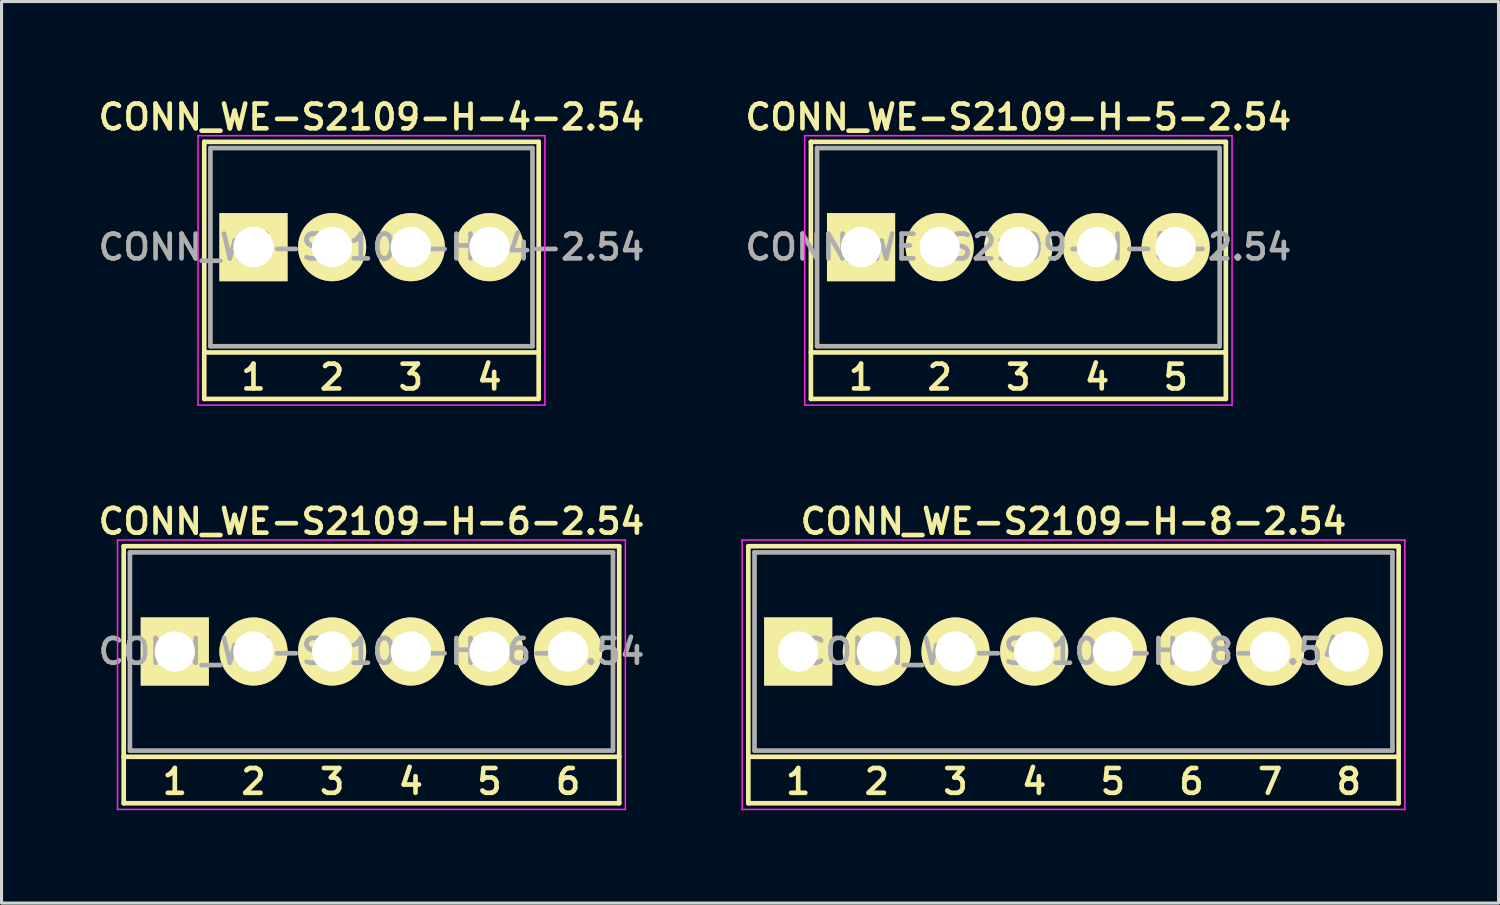
<source format=kicad_pcb>
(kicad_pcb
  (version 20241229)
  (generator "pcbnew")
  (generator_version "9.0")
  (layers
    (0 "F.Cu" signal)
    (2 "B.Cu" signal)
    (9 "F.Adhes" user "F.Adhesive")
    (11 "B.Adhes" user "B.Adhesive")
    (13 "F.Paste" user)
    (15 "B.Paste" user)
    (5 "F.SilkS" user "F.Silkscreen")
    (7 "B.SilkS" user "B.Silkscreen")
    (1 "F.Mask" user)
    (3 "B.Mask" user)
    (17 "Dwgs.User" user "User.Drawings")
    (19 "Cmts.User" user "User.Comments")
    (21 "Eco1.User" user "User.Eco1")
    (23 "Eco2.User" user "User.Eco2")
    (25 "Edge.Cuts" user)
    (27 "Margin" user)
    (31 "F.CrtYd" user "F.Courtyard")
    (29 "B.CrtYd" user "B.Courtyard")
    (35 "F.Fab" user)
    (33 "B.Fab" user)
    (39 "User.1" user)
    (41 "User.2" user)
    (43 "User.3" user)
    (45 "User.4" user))
  (footprint "CONN_WE-S2109-H-4-2.54"
    (layer "F.Cu")
    (at 8.945 4.931)
    (property "Reference" "CONN_WE-S2109-H-4-2.54" (at 0 -4.2 0) (layer "F.SilkS") (effects (font (size 0.8 0.8) (thickness 0.15))))
    (attr through_hole)
    (fp_line (start -5.4 -3.4) (end 5.4 -3.4) (stroke (width 0.15) (type solid)) (layer "F.SilkS"))
    (fp_line (start -5.4 4.9) (end -5.4 -3.4) (stroke (width 0.15) (type solid)) (layer "F.SilkS"))
    (fp_line (start -5.4 4.9) (end 5.4 4.9) (stroke (width 0.15) (type solid)) (layer "F.SilkS"))
    (fp_line (start 5.4 -3.4) (end 5.4 4.9) (stroke (width 0.15) (type solid)) (layer "F.SilkS"))
    (fp_line (start 5.4 3.4) (end -5.4 3.4) (stroke (width 0.15) (type solid)) (layer "F.SilkS"))
    (fp_line (start -5.6 -3.6) (end 5.6 -3.6) (stroke (width 0.05) (type solid)) (layer "F.CrtYd"))
    (fp_line (start -5.6 5.1) (end -5.6 -3.6) (stroke (width 0.05) (type solid)) (layer "F.CrtYd"))
    (fp_line (start 5.6 -3.6) (end 5.6 5.1) (stroke (width 0.05) (type solid)) (layer "F.CrtYd"))
    (fp_line (start 5.6 5.1) (end -5.6 5.1) (stroke (width 0.05) (type solid)) (layer "F.CrtYd"))
    (fp_line (start -5.2 -3.2) (end -5.2 3.2) (stroke (width 0.15) (type solid)) (layer "F.Fab"))
    (fp_line (start -5.2 -3.2) (end 5.2 -3.2) (stroke (width 0.15) (type solid)) (layer "F.Fab"))
    (fp_line (start 5.2 3.2) (end -5.2 3.2) (stroke (width 0.15) (type solid)) (layer "F.Fab"))
    (fp_line (start 5.2 3.2) (end 5.2 -3.2) (stroke (width 0.15) (type solid)) (layer "F.Fab"))
    (fp_text user "4" (at 3.81 4.2 0) (layer "F.SilkS") (effects (font (size 0.8 0.8) (thickness 0.15))))
    (fp_text user "1" (at -3.81 4.2 0) (layer "F.SilkS") (effects (font (size 0.8 0.8) (thickness 0.15))))
    (fp_text user "3" (at 1.27 4.2 0) (layer "F.SilkS") (effects (font (size 0.8 0.8) (thickness 0.15))))
    (fp_text user "2" (at -1.27 4.2 0) (layer "F.SilkS") (effects (font (size 0.8 0.8) (thickness 0.15))))
    (fp_text user "${REFERENCE}" (at 0 0 0) (layer "F.Fab") (effects (font (size 0.8 0.8) (thickness 0.15))))
    (pad "1" thru_hole rect (at -3.81 0 180) (size 2.2 2.2) (drill 1.3) (layers "*.Cu" "*.Mask" "F.SilkS"))
    (pad "2" thru_hole circle (at -1.27 0 180) (size 2.2 2.2) (drill 1.3) (layers "*.Cu" "*.Mask" "F.SilkS"))
    (pad "3" thru_hole circle (at 1.27 0 180) (size 2.2 2.2) (drill 1.3) (layers "*.Cu" "*.Mask" "F.SilkS"))
    (pad "4" thru_hole circle (at 3.81 0 180) (size 2.2 2.2) (drill 1.3) (layers "*.Cu" "*.Mask" "F.SilkS")))
  (footprint "CONN_WE-S2109-H-6-2.54"
    (layer "F.Cu")
    (at 8.945 17.988)
    (property "Reference" "CONN_WE-S2109-H-6-2.54" (at 0 -4.2 0) (layer "F.SilkS") (effects (font (size 0.8 0.8) (thickness 0.15))))
    (attr through_hole)
    (fp_line (start -8 -3.4) (end 8 -3.4) (stroke (width 0.15) (type solid)) (layer "F.SilkS"))
    (fp_line (start -8 4.9) (end -8 -3.4) (stroke (width 0.15) (type solid)) (layer "F.SilkS"))
    (fp_line (start -8 4.9) (end 8 4.9) (stroke (width 0.15) (type solid)) (layer "F.SilkS"))
    (fp_line (start 8 -3.4) (end 8 4.9) (stroke (width 0.15) (type solid)) (layer "F.SilkS"))
    (fp_line (start 8 3.4) (end -8 3.4) (stroke (width 0.15) (type solid)) (layer "F.SilkS"))
    (fp_line (start -8.2 -3.6) (end 8.2 -3.6) (stroke (width 0.05) (type solid)) (layer "F.CrtYd"))
    (fp_line (start -8.2 5.1) (end -8.2 -3.6) (stroke (width 0.05) (type solid)) (layer "F.CrtYd"))
    (fp_line (start 8.2 -3.6) (end 8.2 5.1) (stroke (width 0.05) (type solid)) (layer "F.CrtYd"))
    (fp_line (start 8.2 5.1) (end -8.2 5.1) (stroke (width 0.05) (type solid)) (layer "F.CrtYd"))
    (fp_line (start -7.8 -3.2) (end -7.8 3.2) (stroke (width 0.15) (type solid)) (layer "F.Fab"))
    (fp_line (start -7.8 -3.2) (end 7.8 -3.2) (stroke (width 0.15) (type solid)) (layer "F.Fab"))
    (fp_line (start 7.8 3.2) (end -7.8 3.2) (stroke (width 0.15) (type solid)) (layer "F.Fab"))
    (fp_line (start 7.8 3.2) (end 7.8 -3.2) (stroke (width 0.15) (type solid)) (layer "F.Fab"))
    (fp_text user "5" (at 3.81 4.2 0) (layer "F.SilkS") (effects (font (size 0.8 0.8) (thickness 0.15))))
    (fp_text user "2" (at -3.81 4.2 0) (layer "F.SilkS") (effects (font (size 0.8 0.8) (thickness 0.15))))
    (fp_text user "3" (at -1.27 4.2 0) (layer "F.SilkS") (effects (font (size 0.8 0.8) (thickness 0.15))))
    (fp_text user "6" (at 6.35 4.2 0) (layer "F.SilkS") (effects (font (size 0.8 0.8) (thickness 0.15))))
    (fp_text user "1" (at -6.35 4.2 0) (layer "F.SilkS") (effects (font (size 0.8 0.8) (thickness 0.15))))
    (fp_text user "4" (at 1.27 4.2 0) (layer "F.SilkS") (effects (font (size 0.8 0.8) (thickness 0.15))))
    (fp_text user "${REFERENCE}" (at 0 0 0) (layer "F.Fab") (effects (font (size 0.8 0.8) (thickness 0.15))))
    (pad "1" thru_hole rect (at -6.35 0 180) (size 2.2 2.2) (drill 1.3) (layers "*.Cu" "*.Mask" "F.SilkS"))
    (pad "2" thru_hole circle (at -3.81 0 180) (size 2.2 2.2) (drill 1.3) (layers "*.Cu" "*.Mask" "F.SilkS"))
    (pad "3" thru_hole circle (at -1.27 0 180) (size 2.2 2.2) (drill 1.3) (layers "*.Cu" "*.Mask" "F.SilkS"))
    (pad "4" thru_hole circle (at 1.27 0 180) (size 2.2 2.2) (drill 1.3) (layers "*.Cu" "*.Mask" "F.SilkS"))
    (pad "5" thru_hole circle (at 3.81 0 180) (size 2.2 2.2) (drill 1.3) (layers "*.Cu" "*.Mask" "F.SilkS"))
    (pad "6" thru_hole circle (at 6.35 0 180) (size 2.2 2.2) (drill 1.3) (layers "*.Cu" "*.Mask" "F.SilkS")))
  (footprint "CONN_WE-S2109-H-8-2.54"
    (layer "F.Cu")
    (at 31.615 17.988)
    (property "Reference" "CONN_WE-S2109-H-8-2.54" (at 0 -4.2 0) (layer "F.SilkS") (effects (font (size 0.8 0.8) (thickness 0.15))))
    (attr through_hole)
    (fp_line (start -10.5 -3.4) (end 10.5 -3.4) (stroke (width 0.15) (type solid)) (layer "F.SilkS"))
    (fp_line (start -10.5 4.9) (end -10.5 -3.4) (stroke (width 0.15) (type solid)) (layer "F.SilkS"))
    (fp_line (start -10.5 4.9) (end 10.5 4.9) (stroke (width 0.15) (type solid)) (layer "F.SilkS"))
    (fp_line (start 10.5 -3.4) (end 10.5 4.9) (stroke (width 0.15) (type solid)) (layer "F.SilkS"))
    (fp_line (start 10.5 3.4) (end -10.5 3.4) (stroke (width 0.15) (type solid)) (layer "F.SilkS"))
    (fp_line (start -10.7 -3.6) (end 10.7 -3.6) (stroke (width 0.05) (type solid)) (layer "F.CrtYd"))
    (fp_line (start -10.7 5.1) (end -10.7 -3.6) (stroke (width 0.05) (type solid)) (layer "F.CrtYd"))
    (fp_line (start 10.7 -3.6) (end 10.7 5.1) (stroke (width 0.05) (type solid)) (layer "F.CrtYd"))
    (fp_line (start 10.7 5.1) (end -10.7 5.1) (stroke (width 0.05) (type solid)) (layer "F.CrtYd"))
    (fp_line (start -10.3 -3.2) (end -10.3 3.2) (stroke (width 0.15) (type solid)) (layer "F.Fab"))
    (fp_line (start -10.3 -3.2) (end 10.3 -3.2) (stroke (width 0.15) (type solid)) (layer "F.Fab"))
    (fp_line (start 10.3 3.2) (end -10.3 3.2) (stroke (width 0.15) (type solid)) (layer "F.Fab"))
    (fp_line (start 10.3 3.2) (end 10.3 -3.2) (stroke (width 0.15) (type solid)) (layer "F.Fab"))
    (fp_text user "6" (at 3.81 4.2 0) (layer "F.SilkS") (effects (font (size 0.8 0.8) (thickness 0.15))))
    (fp_text user "4" (at -1.27 4.2 0) (layer "F.SilkS") (effects (font (size 0.8 0.8) (thickness 0.15))))
    (fp_text user "1" (at -8.89 4.2 0) (layer "F.SilkS") (effects (font (size 0.8 0.8) (thickness 0.15))))
    (fp_text user "3" (at -3.81 4.2 0) (layer "F.SilkS") (effects (font (size 0.8 0.8) (thickness 0.15))))
    (fp_text user "8" (at 8.89 4.2 0) (layer "F.SilkS") (effects (font (size 0.8 0.8) (thickness 0.15))))
    (fp_text user "5" (at 1.27 4.2 0) (layer "F.SilkS") (effects (font (size 0.8 0.8) (thickness 0.15))))
    (fp_text user "2" (at -6.35 4.2 0) (layer "F.SilkS") (effects (font (size 0.8 0.8) (thickness 0.15))))
    (fp_text user "7" (at 6.35 4.2 0) (layer "F.SilkS") (effects (font (size 0.8 0.8) (thickness 0.15))))
    (fp_text user "${REFERENCE}" (at 0 0 0) (layer "F.Fab") (effects (font (size 0.8 0.8) (thickness 0.15))))
    (pad "1" thru_hole rect (at -8.89 0 180) (size 2.2 2.2) (drill 1.3) (layers "*.Cu" "*.Mask" "F.SilkS"))
    (pad "2" thru_hole circle (at -6.35 0 180) (size 2.2 2.2) (drill 1.3) (layers "*.Cu" "*.Mask" "F.SilkS"))
    (pad "3" thru_hole circle (at -3.81 0 180) (size 2.2 2.2) (drill 1.3) (layers "*.Cu" "*.Mask" "F.SilkS"))
    (pad "4" thru_hole circle (at -1.27 0 180) (size 2.2 2.2) (drill 1.3) (layers "*.Cu" "*.Mask" "F.SilkS"))
    (pad "5" thru_hole circle (at 1.27 0 180) (size 2.2 2.2) (drill 1.3) (layers "*.Cu" "*.Mask" "F.SilkS"))
    (pad "6" thru_hole circle (at 3.81 0 180) (size 2.2 2.2) (drill 1.3) (layers "*.Cu" "*.Mask" "F.SilkS"))
    (pad "7" thru_hole circle (at 6.35 0 180) (size 2.2 2.2) (drill 1.3) (layers "*.Cu" "*.Mask" "F.SilkS"))
    (pad "8" thru_hole circle (at 8.89 0 180) (size 2.2 2.2) (drill 1.3) (layers "*.Cu" "*.Mask" "F.SilkS")))
  (footprint "CONN_WE-S2109-H-5-2.54"
    (layer "F.Cu")
    (at 29.835 4.931)
    (property "Reference" "CONN_WE-S2109-H-5-2.54" (at 0 -4.2 0) (layer "F.SilkS") (effects (font (size 0.8 0.8) (thickness 0.15))))
    (attr through_hole)
    (fp_line (start -6.7 -3.4) (end 6.7 -3.4) (stroke (width 0.15) (type solid)) (layer "F.SilkS"))
    (fp_line (start -6.7 4.9) (end -6.7 -3.4) (stroke (width 0.15) (type solid)) (layer "F.SilkS"))
    (fp_line (start -6.7 4.9) (end 6.7 4.9) (stroke (width 0.15) (type solid)) (layer "F.SilkS"))
    (fp_line (start 6.7 -3.4) (end 6.7 4.9) (stroke (width 0.15) (type solid)) (layer "F.SilkS"))
    (fp_line (start 6.7 3.4) (end -6.7 3.4) (stroke (width 0.15) (type solid)) (layer "F.SilkS"))
    (fp_line (start -6.9 -3.6) (end 6.9 -3.6) (stroke (width 0.05) (type solid)) (layer "F.CrtYd"))
    (fp_line (start -6.9 5.1) (end -6.9 -3.6) (stroke (width 0.05) (type solid)) (layer "F.CrtYd"))
    (fp_line (start 6.9 -3.6) (end 6.9 5.1) (stroke (width 0.05) (type solid)) (layer "F.CrtYd"))
    (fp_line (start 6.9 5.1) (end -6.9 5.1) (stroke (width 0.05) (type solid)) (layer "F.CrtYd"))
    (fp_line (start -6.5 -3.2) (end -6.5 3.2) (stroke (width 0.15) (type solid)) (layer "F.Fab"))
    (fp_line (start -6.5 -3.2) (end 6.5 -3.2) (stroke (width 0.15) (type solid)) (layer "F.Fab"))
    (fp_line (start 6.5 3.2) (end -6.5 3.2) (stroke (width 0.15) (type solid)) (layer "F.Fab"))
    (fp_line (start 6.5 3.2) (end 6.5 -3.2) (stroke (width 0.15) (type solid)) (layer "F.Fab"))
    (fp_text user "2" (at -2.54 4.2 0) (layer "F.SilkS") (effects (font (size 0.8 0.8) (thickness 0.15))))
    (fp_text user "1" (at -5.08 4.2 0) (layer "F.SilkS") (effects (font (size 0.8 0.8) (thickness 0.15))))
    (fp_text user "3" (at 0 4.2 0) (layer "F.SilkS") (effects (font (size 0.8 0.8) (thickness 0.15))))
    (fp_text user "4" (at 2.54 4.2 0) (layer "F.SilkS") (effects (font (size 0.8 0.8) (thickness 0.15))))
    (fp_text user "5" (at 5.08 4.2 0) (layer "F.SilkS") (effects (font (size 0.8 0.8) (thickness 0.15))))
    (fp_text user "${REFERENCE}" (at 0 0 0) (layer "F.Fab") (effects (font (size 0.8 0.8) (thickness 0.15))))
    (pad "1" thru_hole rect (at -5.08 0 180) (size 2.2 2.2) (drill 1.3) (layers "*.Cu" "*.Mask" "F.SilkS"))
    (pad "2" thru_hole circle (at -2.54 0 180) (size 2.2 2.2) (drill 1.3) (layers "*.Cu" "*.Mask" "F.SilkS"))
    (pad "3" thru_hole circle (at 0 0 180) (size 2.2 2.2) (drill 1.3) (layers "*.Cu" "*.Mask" "F.SilkS"))
    (pad "4" thru_hole circle (at 2.54 0 180) (size 2.2 2.2) (drill 1.3) (layers "*.Cu" "*.Mask" "F.SilkS"))
    (pad "5" thru_hole circle (at 5.08 0 180) (size 2.2 2.2) (drill 1.3) (layers "*.Cu" "*.Mask" "F.SilkS")))
  (gr_rect
    (start -3 -3)
    (end 45.34 26.113)
    (stroke (width 0.1) (type default))
    (fill no)
    (layer "Edge.Cuts")))
</source>
